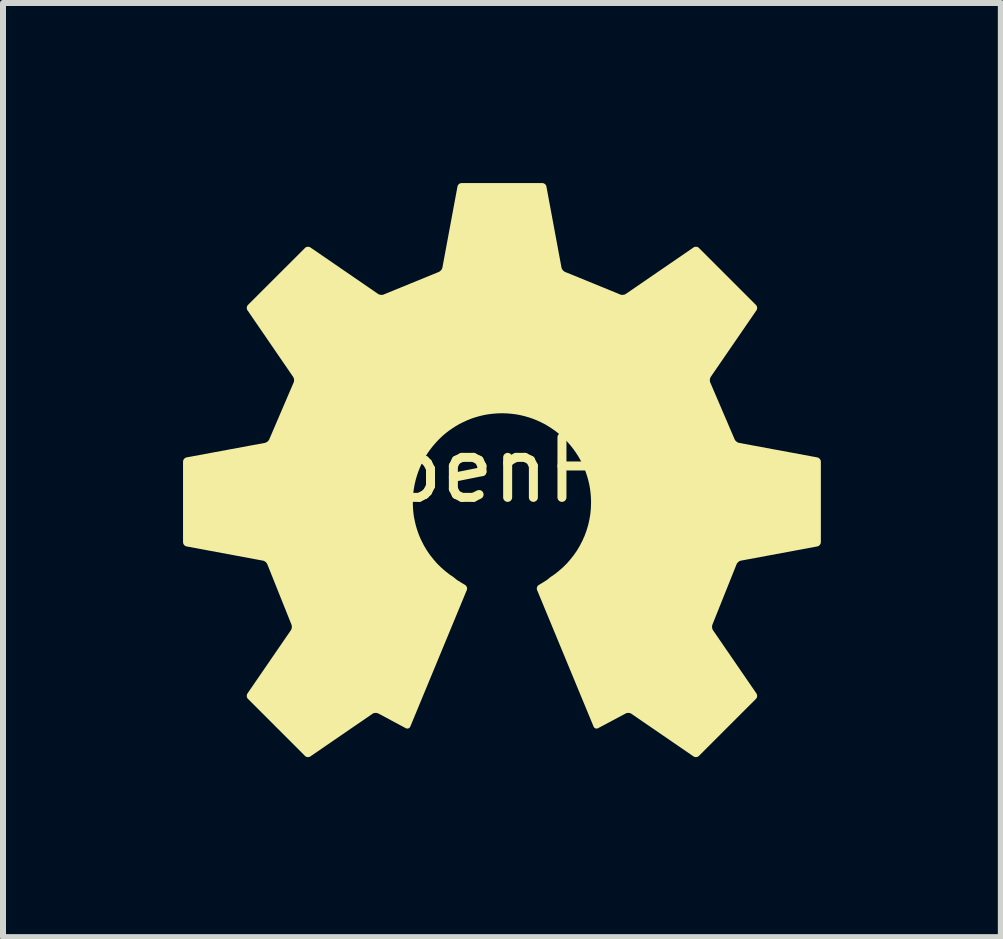
<source format=kicad_pcb>
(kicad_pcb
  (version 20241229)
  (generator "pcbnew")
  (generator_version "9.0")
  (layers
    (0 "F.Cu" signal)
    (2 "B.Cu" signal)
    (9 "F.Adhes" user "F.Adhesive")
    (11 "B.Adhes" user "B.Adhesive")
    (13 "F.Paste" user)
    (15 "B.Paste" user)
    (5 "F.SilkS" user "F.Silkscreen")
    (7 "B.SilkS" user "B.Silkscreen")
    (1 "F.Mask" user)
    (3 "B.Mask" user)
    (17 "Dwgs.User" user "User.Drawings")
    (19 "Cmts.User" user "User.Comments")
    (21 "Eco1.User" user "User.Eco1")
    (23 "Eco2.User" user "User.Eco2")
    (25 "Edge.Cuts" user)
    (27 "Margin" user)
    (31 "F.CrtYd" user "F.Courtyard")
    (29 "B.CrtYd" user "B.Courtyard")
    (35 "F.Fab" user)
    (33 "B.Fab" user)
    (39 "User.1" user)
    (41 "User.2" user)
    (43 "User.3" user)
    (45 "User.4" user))
  (footprint "OpenHW"
    (layer "F.Cu")
    (at 5.314 4.783)
    (property "Reference" "OpenHW" (at 0 0 0) (unlocked yes) (layer "F.SilkS") (effects (font (size 1 1) (thickness 0.15))))
    (attr smd)
    (fp_poly (pts (xy 0.675 -4.783) (xy 0.678 -4.783) (xy 0.681 -4.782) (xy 0.684 -4.782) (xy 0.687 -4.781) (xy 0.69 -4.78) (xy 0.692 -4.779) (xy 0.695 -4.778) (xy 0.698 -4.777) (xy 0.701 -4.776) (xy 0.704 -4.774) (xy 0.706 -4.773) (xy 0.709 -4.771) (xy 0.711 -4.77) (xy 0.714 -4.768) (xy 0.716 -4.766) (xy 0.719 -4.764) (xy 0.721 -4.762) (xy 0.723 -4.76) (xy 0.725 -4.757) (xy 0.727 -4.755) (xy 0.729 -4.752) (xy 0.731 -4.75) (xy 0.732 -4.747) (xy 0.734 -4.745) (xy 0.735 -4.742) (xy 0.737 -4.739) (xy 0.738 -4.737) (xy 0.739 -4.734) (xy 0.74 -4.731) (xy 0.741 -4.728) (xy 0.741 -4.725) (xy 0.992 -3.375) (xy 0.993 -3.372) (xy 0.994 -3.369) (xy 0.996 -3.363) (xy 0.998 -3.357) (xy 1.001 -3.351) (xy 1.004 -3.346) (xy 1.008 -3.34) (xy 1.012 -3.334) (xy 1.017 -3.329) (xy 1.021 -3.324) (xy 1.026 -3.319) (xy 1.031 -3.315) (xy 1.037 -3.311) (xy 1.042 -3.307) (xy 1.048 -3.304) (xy 1.051 -3.302) (xy 1.053 -3.301) (xy 1.056 -3.3) (xy 1.059 -3.299) (xy 1.964 -2.929) (xy 1.969 -2.926) (xy 1.975 -2.924) (xy 1.981 -2.922) (xy 1.988 -2.921) (xy 1.995 -2.92) (xy 2.001 -2.92) (xy 2.008 -2.92) (xy 2.015 -2.92) (xy 2.022 -2.921) (xy 2.029 -2.922) (xy 2.036 -2.923) (xy 2.042 -2.925) (xy 2.048 -2.927) (xy 2.054 -2.93) (xy 2.06 -2.933) (xy 2.065 -2.936) (xy 3.193 -3.71) (xy 3.195 -3.711) (xy 3.198 -3.713) (xy 3.2 -3.714) (xy 3.203 -3.716) (xy 3.206 -3.717) (xy 3.209 -3.718) (xy 3.212 -3.719) (xy 3.215 -3.719) (xy 3.218 -3.72) (xy 3.221 -3.721) (xy 3.227 -3.721) (xy 3.233 -3.721) (xy 3.239 -3.721) (xy 3.245 -3.72) (xy 3.251 -3.719) (xy 3.257 -3.717) (xy 3.26 -3.716) (xy 3.263 -3.715) (xy 3.265 -3.714) (xy 3.268 -3.712) (xy 3.271 -3.711) (xy 3.273 -3.709) (xy 3.276 -3.707) (xy 3.278 -3.705) (xy 3.28 -3.704) (xy 3.283 -3.701) (xy 4.232 -2.752) (xy 4.234 -2.75) (xy 4.236 -2.747) (xy 4.238 -2.745) (xy 4.24 -2.742) (xy 4.242 -2.74) (xy 4.243 -2.737) (xy 4.246 -2.732) (xy 4.248 -2.726) (xy 4.25 -2.72) (xy 4.251 -2.714) (xy 4.252 -2.708) (xy 4.252 -2.702) (xy 4.252 -2.696) (xy 4.251 -2.69) (xy 4.25 -2.684) (xy 4.248 -2.678) (xy 4.247 -2.675) (xy 4.246 -2.672) (xy 4.245 -2.67) (xy 4.244 -2.667) (xy 4.242 -2.664) (xy 4.241 -2.662) (xy 3.48 -1.554) (xy 3.477 -1.548) (xy 3.474 -1.543) (xy 3.472 -1.537) (xy 3.469 -1.531) (xy 3.468 -1.524) (xy 3.466 -1.517) (xy 3.465 -1.511) (xy 3.465 -1.504) (xy 3.464 -1.497) (xy 3.465 -1.49) (xy 3.465 -1.483) (xy 3.466 -1.477) (xy 3.467 -1.47) (xy 3.469 -1.464) (xy 3.471 -1.458) (xy 3.474 -1.453) (xy 3.874 -0.52) (xy 3.876 -0.514) (xy 3.879 -0.508) (xy 3.882 -0.503) (xy 3.886 -0.497) (xy 3.89 -0.492) (xy 3.895 -0.487) (xy 3.9 -0.482) (xy 3.905 -0.477) (xy 3.91 -0.473) (xy 3.916 -0.469) (xy 3.921 -0.465) (xy 3.927 -0.462) (xy 3.933 -0.459) (xy 3.939 -0.456) (xy 3.945 -0.455) (xy 3.951 -0.453) (xy 5.256 -0.211) (xy 5.259 -0.21) (xy 5.262 -0.209) (xy 5.265 -0.208) (xy 5.268 -0.207) (xy 5.27 -0.206) (xy 5.273 -0.205) (xy 5.276 -0.203) (xy 5.278 -0.202) (xy 5.283 -0.198) (xy 5.288 -0.194) (xy 5.293 -0.19) (xy 5.297 -0.186) (xy 5.3 -0.181) (xy 5.304 -0.175) (xy 5.307 -0.17) (xy 5.308 -0.167) (xy 5.309 -0.164) (xy 5.31 -0.162) (xy 5.311 -0.159) (xy 5.312 -0.156) (xy 5.313 -0.153) (xy 5.313 -0.15) (xy 5.313 -0.147) (xy 5.314 -0.144) (xy 5.314 -0.141) (xy 5.314 1.202) (xy 5.313 1.205) (xy 5.313 1.208) (xy 5.313 1.211) (xy 5.312 1.214) (xy 5.312 1.217) (xy 5.311 1.22) (xy 5.31 1.223) (xy 5.309 1.226) (xy 5.308 1.229) (xy 5.306 1.232) (xy 5.305 1.234) (xy 5.304 1.237) (xy 5.302 1.24) (xy 5.3 1.242) (xy 5.298 1.245) (xy 5.296 1.247) (xy 5.294 1.249) (xy 5.292 1.252) (xy 5.29 1.254) (xy 5.288 1.256) (xy 5.286 1.258) (xy 5.283 1.26) (xy 5.281 1.261) (xy 5.278 1.263) (xy 5.275 1.265) (xy 5.273 1.266) (xy 5.27 1.267) (xy 5.267 1.269) (xy 5.264 1.27) (xy 5.262 1.271) (xy 5.259 1.271) (xy 5.256 1.272) (xy 3.983 1.509) (xy 3.98 1.509) (xy 3.977 1.51) (xy 3.974 1.511) (xy 3.971 1.512) (xy 3.965 1.514) (xy 3.959 1.517) (xy 3.953 1.521) (xy 3.948 1.524) (xy 3.942 1.528) (xy 3.937 1.533) (xy 3.932 1.538) (xy 3.927 1.542) (xy 3.923 1.548) (xy 3.919 1.553) (xy 3.915 1.559) (xy 3.912 1.564) (xy 3.909 1.57) (xy 3.908 1.573) (xy 3.907 1.576) (xy 3.51 2.568) (xy 3.508 2.574) (xy 3.506 2.58) (xy 3.504 2.586) (xy 3.503 2.593) (xy 3.502 2.599) (xy 3.501 2.606) (xy 3.501 2.613) (xy 3.502 2.62) (xy 3.502 2.627) (xy 3.503 2.634) (xy 3.505 2.64) (xy 3.507 2.647) (xy 3.509 2.653) (xy 3.511 2.659) (xy 3.514 2.664) (xy 3.518 2.67) (xy 4.241 3.723) (xy 4.242 3.726) (xy 4.244 3.728) (xy 4.245 3.731) (xy 4.246 3.734) (xy 4.248 3.737) (xy 4.249 3.739) (xy 4.249 3.742) (xy 4.25 3.745) (xy 4.251 3.748) (xy 4.251 3.751) (xy 4.252 3.757) (xy 4.252 3.764) (xy 4.252 3.77) (xy 4.251 3.776) (xy 4.25 3.782) (xy 4.248 3.788) (xy 4.247 3.791) (xy 4.246 3.793) (xy 4.244 3.796) (xy 4.243 3.799) (xy 4.242 3.801) (xy 4.24 3.804) (xy 4.238 3.807) (xy 4.236 3.809) (xy 4.234 3.811) (xy 4.232 3.813) (xy 3.282 4.763) (xy 3.28 4.765) (xy 3.278 4.767) (xy 3.276 4.769) (xy 3.273 4.771) (xy 3.271 4.772) (xy 3.268 4.774) (xy 3.263 4.776) (xy 3.257 4.779) (xy 3.251 4.78) (xy 3.245 4.782) (xy 3.239 4.782) (xy 3.233 4.783) (xy 3.227 4.783) (xy 3.221 4.782) (xy 3.215 4.781) (xy 3.209 4.779) (xy 3.206 4.778) (xy 3.203 4.777) (xy 3.2 4.776) (xy 3.198 4.774) (xy 3.195 4.773) (xy 3.192 4.771) (xy 2.157 4.061) (xy 2.152 4.058) (xy 2.147 4.055) (xy 2.141 4.052) (xy 2.135 4.05) (xy 2.128 4.049) (xy 2.122 4.048) (xy 2.115 4.047) (xy 2.108 4.046) (xy 2.102 4.046) (xy 2.095 4.047) (xy 2.088 4.047) (xy 2.082 4.049) (xy 2.075 4.05) (xy 2.069 4.052) (xy 2.064 4.055) (xy 2.058 4.058) (xy 1.602 4.301) (xy 1.599 4.303) (xy 1.596 4.304) (xy 1.594 4.305) (xy 1.591 4.306) (xy 1.588 4.306) (xy 1.585 4.307) (xy 1.582 4.307) (xy 1.58 4.307) (xy 1.577 4.307) (xy 1.574 4.307) (xy 1.571 4.307) (xy 1.569 4.307) (xy 1.566 4.306) (xy 1.563 4.306) (xy 1.561 4.305) (xy 1.558 4.304) (xy 1.556 4.303) (xy 1.553 4.302) (xy 1.551 4.301) (xy 1.548 4.299) (xy 1.546 4.298) (xy 1.544 4.296) (xy 1.542 4.295) (xy 1.54 4.293) (xy 1.538 4.291) (xy 1.536 4.289) (xy 1.534 4.286) (xy 1.532 4.284) (xy 1.531 4.282) (xy 1.529 4.279) (xy 1.528 4.276) (xy 1.527 4.274) (xy 0.586 2) (xy 0.585 1.997) (xy 0.584 1.994) (xy 0.583 1.991) (xy 0.582 1.988) (xy 0.582 1.985) (xy 0.581 1.982) (xy 0.581 1.979) (xy 0.581 1.976) (xy 0.581 1.973) (xy 0.581 1.97) (xy 0.581 1.967) (xy 0.582 1.964) (xy 0.582 1.961) (xy 0.583 1.958) (xy 0.584 1.955) (xy 0.585 1.952) (xy 0.586 1.949) (xy 0.587 1.947) (xy 0.588 1.944) (xy 0.589 1.941) (xy 0.591 1.938) (xy 0.592 1.936) (xy 0.594 1.933) (xy 0.596 1.931) (xy 0.598 1.929) (xy 0.6 1.926) (xy 0.602 1.924) (xy 0.604 1.922) (xy 0.606 1.92) (xy 0.608 1.918) (xy 0.611 1.916) (xy 0.613 1.915) (xy 0.728 1.845) (xy 0.736 1.84) (xy 0.745 1.834) (xy 0.754 1.827) (xy 0.763 1.82) (xy 0.773 1.812) (xy 0.782 1.805) (xy 0.791 1.797) (xy 0.8 1.789) (xy 0.875 1.738) (xy 0.947 1.681) (xy 1.016 1.621) (xy 1.081 1.557) (xy 1.141 1.488) (xy 1.198 1.416) (xy 1.25 1.341) (xy 1.297 1.262) (xy 1.339 1.18) (xy 1.377 1.096) (xy 1.409 1.008) (xy 1.436 0.919) (xy 1.457 0.826) (xy 1.473 0.732) (xy 1.482 0.636) (xy 1.485 0.538) (xy 1.483 0.462) (xy 1.477 0.387) (xy 1.468 0.312) (xy 1.455 0.239) (xy 1.438 0.167) (xy 1.418 0.097) (xy 1.395 0.028) (xy 1.368 -0.04) (xy 1.339 -0.105) (xy 1.306 -0.17) (xy 1.27 -0.232) (xy 1.231 -0.292) (xy 1.19 -0.35) (xy 1.146 -0.406) (xy 1.099 -0.46) (xy 1.05 -0.512) (xy 0.999 -0.561) (xy 0.945 -0.608) (xy 0.889 -0.652) (xy 0.83 -0.693) (xy 0.77 -0.732) (xy 0.708 -0.768) (xy 0.644 -0.8) (xy 0.578 -0.83) (xy 0.511 -0.857) (xy 0.442 -0.88) (xy 0.371 -0.9) (xy 0.299 -0.917) (xy 0.226 -0.93) (xy 0.152 -0.939) (xy 0.076 -0.945) (xy 0 -0.947) (xy -0.076 -0.945) (xy -0.152 -0.939) (xy -0.226 -0.93) (xy -0.299 -0.917) (xy -0.371 -0.9) (xy -0.442 -0.88) (xy -0.511 -0.857) (xy -0.578 -0.83) (xy -0.644 -0.8) (xy -0.708 -0.768) (xy -0.77 -0.732) (xy -0.83 -0.693) (xy -0.889 -0.652) (xy -0.945 -0.608) (xy -0.999 -0.561) (xy -1.05 -0.512) (xy -1.099 -0.46) (xy -1.146 -0.406) (xy -1.19 -0.35) (xy -1.232 -0.292) (xy -1.27 -0.232) (xy -1.306 -0.17) (xy -1.339 -0.105) (xy -1.368 -0.04) (xy -1.395 0.028) (xy -1.418 0.097) (xy -1.438 0.167) (xy -1.455 0.239) (xy -1.468 0.312) (xy -1.478 0.387) (xy -1.483 0.462) (xy -1.485 0.538) (xy -1.484 0.587) (xy -1.482 0.636) (xy -1.478 0.684) (xy -1.473 0.732) (xy -1.466 0.78) (xy -1.457 0.826) (xy -1.447 0.873) (xy -1.436 0.919) (xy -1.423 0.964) (xy -1.409 1.008) (xy -1.394 1.052) (xy -1.377 1.096) (xy -1.359 1.138) (xy -1.339 1.18) (xy -1.297 1.262) (xy -1.25 1.341) (xy -1.198 1.416) (xy -1.141 1.488) (xy -1.081 1.557) (xy -1.016 1.621) (xy -0.948 1.681) (xy -0.875 1.738) (xy -0.8 1.789) (xy -0.791 1.797) (xy -0.782 1.805) (xy -0.773 1.812) (xy -0.763 1.82) (xy -0.754 1.827) (xy -0.745 1.834) (xy -0.736 1.84) (xy -0.728 1.845) (xy -0.613 1.915) (xy -0.611 1.916) (xy -0.608 1.918) (xy -0.606 1.92) (xy -0.604 1.922) (xy -0.602 1.924) (xy -0.599 1.926) (xy -0.596 1.931) (xy -0.592 1.936) (xy -0.589 1.941) (xy -0.587 1.947) (xy -0.584 1.952) (xy -0.583 1.958) (xy -0.582 1.964) (xy -0.581 1.97) (xy -0.581 1.976) (xy -0.581 1.982) (xy -0.582 1.985) (xy -0.582 1.988) (xy -0.583 1.991) (xy -0.584 1.994) (xy -0.585 1.997) (xy -0.586 2) (xy -1.527 4.274) (xy -1.528 4.276) (xy -1.529 4.279) (xy -1.531 4.281) (xy -1.532 4.284) (xy -1.534 4.286) (xy -1.536 4.288) (xy -1.538 4.291) (xy -1.54 4.293) (xy -1.542 4.294) (xy -1.544 4.296) (xy -1.546 4.298) (xy -1.548 4.299) (xy -1.551 4.301) (xy -1.553 4.302) (xy -1.556 4.303) (xy -1.558 4.304) (xy -1.561 4.305) (xy -1.563 4.306) (xy -1.566 4.306) (xy -1.569 4.307) (xy -1.571 4.307) (xy -1.574 4.307) (xy -1.577 4.307) (xy -1.58 4.307) (xy -1.582 4.307) (xy -1.585 4.307) (xy -1.588 4.306) (xy -1.591 4.305) (xy -1.594 4.305) (xy -1.596 4.304) (xy -1.599 4.302) (xy -1.602 4.301) (xy -2.058 4.057) (xy -2.064 4.055) (xy -2.069 4.052) (xy -2.075 4.05) (xy -2.082 4.049) (xy -2.088 4.047) (xy -2.095 4.047) (xy -2.102 4.046) (xy -2.108 4.046) (xy -2.115 4.047) (xy -2.122 4.048) (xy -2.128 4.049) (xy -2.135 4.05) (xy -2.141 4.052) (xy -2.147 4.055) (xy -2.152 4.058) (xy -2.157 4.061) (xy -3.192 4.771) (xy -3.195 4.773) (xy -3.197 4.774) (xy -3.2 4.776) (xy -3.203 4.777) (xy -3.206 4.778) (xy -3.209 4.779) (xy -3.212 4.78) (xy -3.214 4.781) (xy -3.217 4.781) (xy -3.22 4.782) (xy -3.227 4.783) (xy -3.233 4.783) (xy -3.239 4.782) (xy -3.245 4.782) (xy -3.251 4.78) (xy -3.257 4.779) (xy -3.26 4.778) (xy -3.263 4.776) (xy -3.265 4.775) (xy -3.268 4.774) (xy -3.271 4.772) (xy -3.273 4.771) (xy -3.276 4.769) (xy -3.278 4.767) (xy -3.28 4.765) (xy -3.282 4.763) (xy -4.232 3.813) (xy -4.234 3.811) (xy -4.236 3.809) (xy -4.238 3.806) (xy -4.24 3.804) (xy -4.241 3.801) (xy -4.243 3.799) (xy -4.246 3.793) (xy -4.248 3.788) (xy -4.25 3.782) (xy -4.251 3.776) (xy -4.252 3.77) (xy -4.252 3.763) (xy -4.252 3.757) (xy -4.251 3.751) (xy -4.25 3.745) (xy -4.248 3.739) (xy -4.247 3.736) (xy -4.246 3.734) (xy -4.245 3.731) (xy -4.244 3.728) (xy -4.242 3.726) (xy -4.241 3.723) (xy -3.518 2.67) (xy -3.514 2.664) (xy -3.511 2.659) (xy -3.509 2.653) (xy -3.507 2.647) (xy -3.505 2.64) (xy -3.503 2.633) (xy -3.502 2.627) (xy -3.502 2.62) (xy -3.501 2.613) (xy -3.501 2.606) (xy -3.502 2.599) (xy -3.503 2.593) (xy -3.504 2.586) (xy -3.506 2.58) (xy -3.508 2.574) (xy -3.51 2.568) (xy -3.907 1.576) (xy -3.908 1.573) (xy -3.909 1.57) (xy -3.912 1.564) (xy -3.915 1.558) (xy -3.919 1.553) (xy -3.923 1.548) (xy -3.927 1.542) (xy -3.932 1.537) (xy -3.937 1.533) (xy -3.942 1.528) (xy -3.948 1.524) (xy -3.953 1.521) (xy -3.959 1.517) (xy -3.965 1.514) (xy -3.971 1.512) (xy -3.977 1.51) (xy -3.98 1.509) (xy -3.983 1.509) (xy -5.256 1.272) (xy -5.259 1.271) (xy -5.262 1.27) (xy -5.265 1.27) (xy -5.267 1.268) (xy -5.27 1.267) (xy -5.273 1.266) (xy -5.276 1.265) (xy -5.278 1.263) (xy -5.281 1.261) (xy -5.283 1.26) (xy -5.288 1.256) (xy -5.292 1.252) (xy -5.297 1.247) (xy -5.3 1.242) (xy -5.304 1.237) (xy -5.307 1.231) (xy -5.309 1.226) (xy -5.31 1.223) (xy -5.311 1.22) (xy -5.312 1.217) (xy -5.312 1.214) (xy -5.313 1.211) (xy -5.313 1.208) (xy -5.314 1.205) (xy -5.314 1.202) (xy -5.314 -0.141) (xy -5.314 -0.144) (xy -5.313 -0.147) (xy -5.313 -0.15) (xy -5.313 -0.153) (xy -5.312 -0.156) (xy -5.311 -0.159) (xy -5.31 -0.162) (xy -5.309 -0.165) (xy -5.308 -0.167) (xy -5.307 -0.17) (xy -5.305 -0.173) (xy -5.304 -0.176) (xy -5.302 -0.178) (xy -5.3 -0.181) (xy -5.299 -0.183) (xy -5.297 -0.186) (xy -5.295 -0.188) (xy -5.293 -0.19) (xy -5.29 -0.192) (xy -5.288 -0.194) (xy -5.286 -0.196) (xy -5.283 -0.198) (xy -5.281 -0.2) (xy -5.278 -0.202) (xy -5.276 -0.203) (xy -5.273 -0.205) (xy -5.27 -0.206) (xy -5.267 -0.207) (xy -5.265 -0.208) (xy -5.262 -0.209) (xy -5.259 -0.21) (xy -5.256 -0.211) (xy -3.951 -0.453) (xy -3.948 -0.454) (xy -3.945 -0.455) (xy -3.939 -0.456) (xy -3.933 -0.459) (xy -3.927 -0.462) (xy -3.921 -0.465) (xy -3.915 -0.469) (xy -3.91 -0.473) (xy -3.904 -0.477) (xy -3.899 -0.482) (xy -3.895 -0.487) (xy -3.89 -0.492) (xy -3.886 -0.497) (xy -3.882 -0.503) (xy -3.879 -0.508) (xy -3.876 -0.514) (xy -3.875 -0.517) (xy -3.874 -0.52) (xy -3.474 -1.453) (xy -3.471 -1.458) (xy -3.469 -1.464) (xy -3.467 -1.47) (xy -3.466 -1.477) (xy -3.465 -1.483) (xy -3.464 -1.49) (xy -3.464 -1.497) (xy -3.464 -1.504) (xy -3.465 -1.511) (xy -3.466 -1.517) (xy -3.468 -1.524) (xy -3.469 -1.531) (xy -3.471 -1.537) (xy -3.474 -1.543) (xy -3.477 -1.548) (xy -3.48 -1.554) (xy -4.24 -2.662) (xy -4.242 -2.664) (xy -4.244 -2.667) (xy -4.245 -2.67) (xy -4.246 -2.672) (xy -4.247 -2.675) (xy -4.248 -2.678) (xy -4.249 -2.681) (xy -4.25 -2.684) (xy -4.251 -2.687) (xy -4.251 -2.69) (xy -4.252 -2.696) (xy -4.252 -2.702) (xy -4.252 -2.708) (xy -4.251 -2.714) (xy -4.25 -2.72) (xy -4.248 -2.726) (xy -4.247 -2.729) (xy -4.246 -2.732) (xy -4.244 -2.735) (xy -4.243 -2.737) (xy -4.241 -2.74) (xy -4.24 -2.742) (xy -4.238 -2.745) (xy -4.236 -2.747) (xy -4.234 -2.75) (xy -4.232 -2.752) (xy -3.282 -3.701) (xy -3.28 -3.704) (xy -3.278 -3.705) (xy -3.276 -3.707) (xy -3.273 -3.709) (xy -3.271 -3.711) (xy -3.268 -3.712) (xy -3.262 -3.715) (xy -3.257 -3.717) (xy -3.251 -3.719) (xy -3.245 -3.72) (xy -3.239 -3.721) (xy -3.233 -3.721) (xy -3.226 -3.721) (xy -3.22 -3.721) (xy -3.214 -3.719) (xy -3.209 -3.718) (xy -3.206 -3.717) (xy -3.203 -3.716) (xy -3.2 -3.714) (xy -3.197 -3.713) (xy -3.195 -3.711) (xy -3.192 -3.71) (xy -2.065 -2.936) (xy -2.06 -2.933) (xy -2.054 -2.93) (xy -2.048 -2.927) (xy -2.042 -2.925) (xy -2.035 -2.923) (xy -2.029 -2.922) (xy -2.022 -2.921) (xy -2.015 -2.92) (xy -2.008 -2.92) (xy -2.001 -2.92) (xy -1.994 -2.92) (xy -1.988 -2.921) (xy -1.981 -2.922) (xy -1.975 -2.924) (xy -1.969 -2.926) (xy -1.963 -2.929) (xy -1.059 -3.299) (xy -1.053 -3.301) (xy -1.047 -3.304) (xy -1.042 -3.307) (xy -1.036 -3.311) (xy -1.031 -3.315) (xy -1.026 -3.319) (xy -1.021 -3.324) (xy -1.016 -3.329) (xy -1.012 -3.334) (xy -1.008 -3.34) (xy -1.004 -3.346) (xy -1.001 -3.351) (xy -0.998 -3.357) (xy -0.995 -3.363) (xy -0.994 -3.369) (xy -0.992 -3.375) (xy -0.741 -4.725) (xy -0.74 -4.728) (xy -0.74 -4.731) (xy -0.739 -4.734) (xy -0.738 -4.737) (xy -0.736 -4.739) (xy -0.735 -4.742) (xy -0.734 -4.745) (xy -0.732 -4.747) (xy -0.731 -4.75) (xy -0.729 -4.752) (xy -0.725 -4.757) (xy -0.721 -4.762) (xy -0.716 -4.766) (xy -0.711 -4.77) (xy -0.706 -4.773) (xy -0.701 -4.776) (xy -0.698 -4.777) (xy -0.695 -4.778) (xy -0.692 -4.779) (xy -0.689 -4.78) (xy -0.686 -4.781) (xy -0.683 -4.782) (xy -0.68 -4.782) (xy -0.677 -4.783) (xy -0.674 -4.783) (xy -0.671 -4.783) (xy 0.672 -4.783)) (stroke (width -0.000001) (type solid)) (fill yes) (layer "F.SilkS")))
  (gr_rect
    (start -3 -3)
    (end 13.627 12.566)
    (stroke (width 0.1) (type default))
    (fill no)
    (layer "Edge.Cuts")))
</source>
